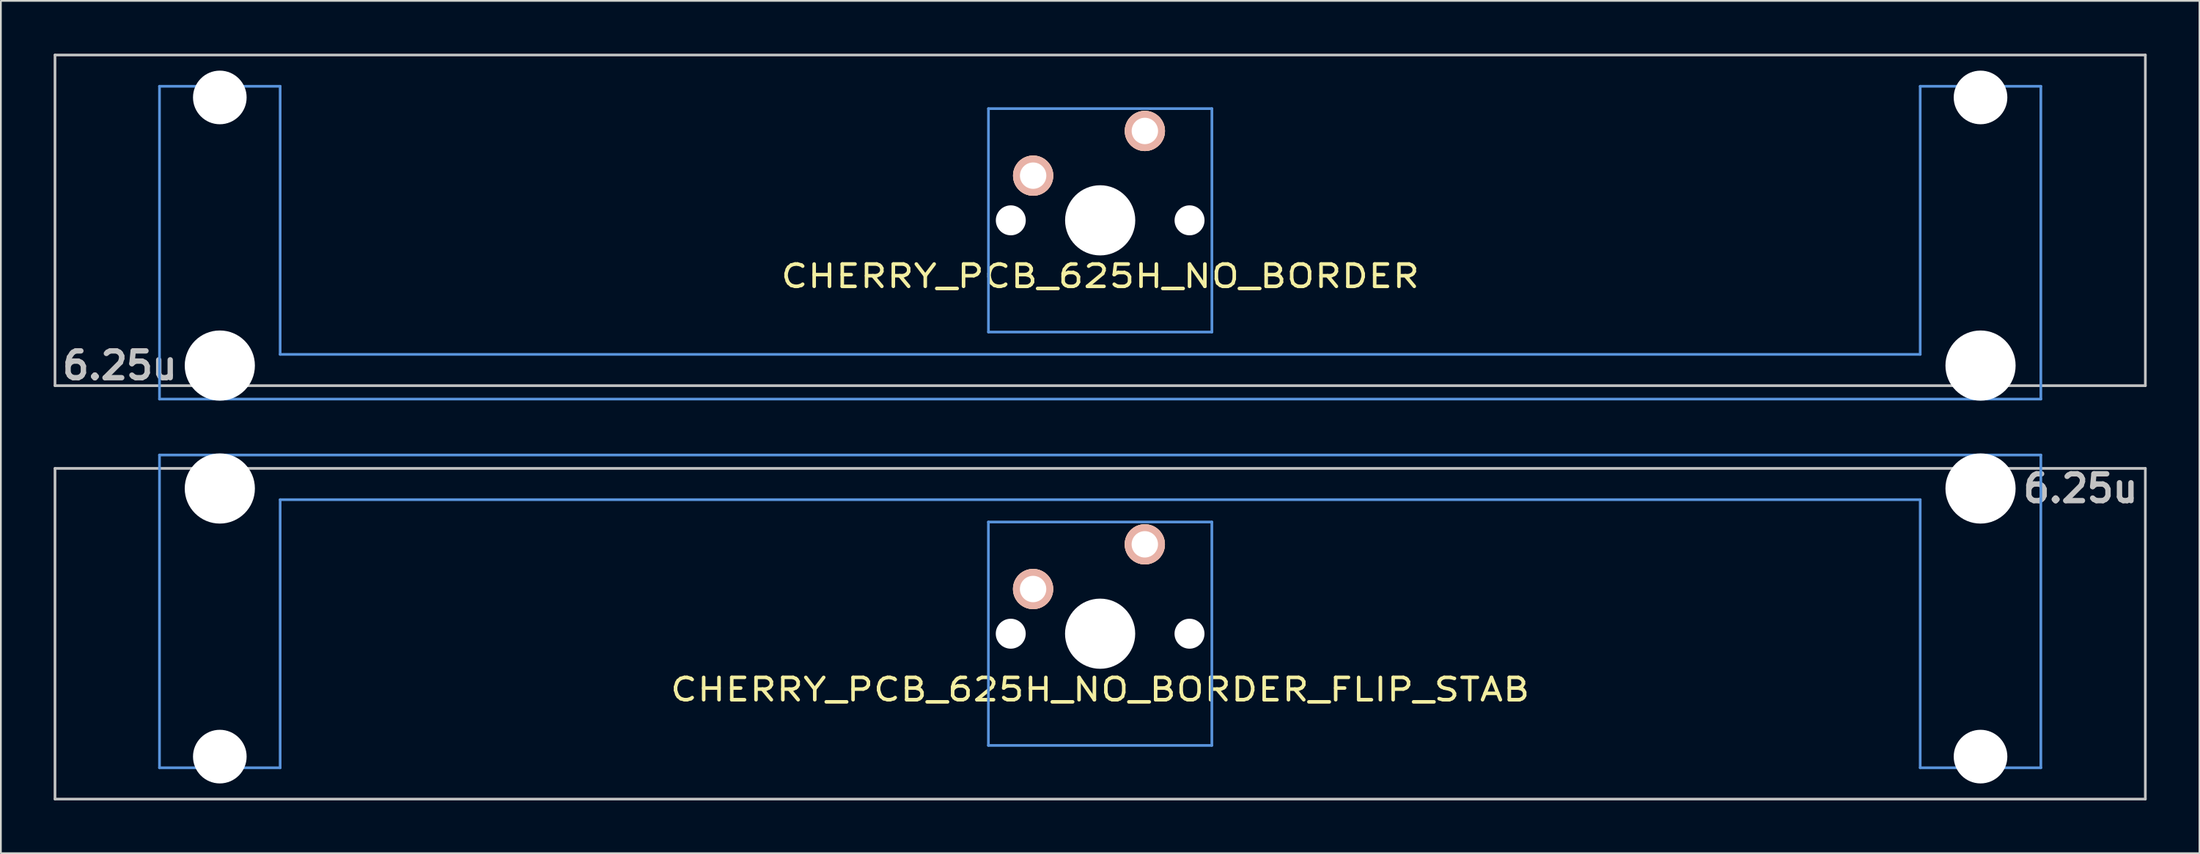
<source format=kicad_pcb>
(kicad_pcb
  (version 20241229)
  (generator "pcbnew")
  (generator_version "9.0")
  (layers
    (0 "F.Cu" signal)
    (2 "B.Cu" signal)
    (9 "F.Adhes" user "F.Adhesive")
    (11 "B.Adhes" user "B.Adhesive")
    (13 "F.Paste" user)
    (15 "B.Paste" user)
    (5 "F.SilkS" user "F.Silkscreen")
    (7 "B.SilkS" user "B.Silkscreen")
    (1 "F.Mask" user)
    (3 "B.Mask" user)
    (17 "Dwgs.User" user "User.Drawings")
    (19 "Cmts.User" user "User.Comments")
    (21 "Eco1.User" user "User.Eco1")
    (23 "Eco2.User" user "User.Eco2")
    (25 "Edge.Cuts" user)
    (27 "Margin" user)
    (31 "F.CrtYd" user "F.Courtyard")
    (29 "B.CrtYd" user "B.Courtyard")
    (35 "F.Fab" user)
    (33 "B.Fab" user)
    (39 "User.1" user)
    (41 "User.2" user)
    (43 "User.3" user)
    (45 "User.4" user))
  (footprint "CHERRY_PCB_625H_NO_BORDER"
    (layer "F.Cu")
    (at 59.482 9.474)
    (property "Reference" "CHERRY_PCB_625H_NO_BORDER" (at 0 3.175 0) (layer "F.SilkS") (effects (font (size 1.27 1.524) (thickness 0.203))))
    (attr through_hole)
    (fp_line (start -59.406 -9.398) (end 59.406 -9.398) (stroke (width 0.152) (type solid)) (layer "Dwgs.User"))
    (fp_line (start -59.406 9.398) (end -59.406 -9.398) (stroke (width 0.152) (type solid)) (layer "Dwgs.User"))
    (fp_line (start 59.406 -9.398) (end 59.406 9.398) (stroke (width 0.152) (type solid)) (layer "Dwgs.User"))
    (fp_line (start 59.406 9.398) (end -59.406 9.398) (stroke (width 0.152) (type solid)) (layer "Dwgs.User"))
    (fp_line (start -53.467 -7.62) (end -53.467 10.16) (stroke (width 0.152) (type solid)) (layer "Cmts.User"))
    (fp_line (start -53.467 10.16) (end 53.467 10.16) (stroke (width 0.152) (type solid)) (layer "Cmts.User"))
    (fp_line (start -46.609 -7.62) (end -53.467 -7.62) (stroke (width 0.152) (type solid)) (layer "Cmts.User"))
    (fp_line (start -46.609 7.62) (end -46.609 -7.62) (stroke (width 0.152) (type solid)) (layer "Cmts.User"))
    (fp_line (start -6.35 -6.35) (end 6.35 -6.35) (stroke (width 0.152) (type solid)) (layer "Cmts.User"))
    (fp_line (start -6.35 6.35) (end -6.35 -6.35) (stroke (width 0.152) (type solid)) (layer "Cmts.User"))
    (fp_line (start 6.35 -6.35) (end 6.35 6.35) (stroke (width 0.152) (type solid)) (layer "Cmts.User"))
    (fp_line (start 6.35 6.35) (end -6.35 6.35) (stroke (width 0.152) (type solid)) (layer "Cmts.User"))
    (fp_line (start 46.609 -7.62) (end 46.609 7.62) (stroke (width 0.152) (type solid)) (layer "Cmts.User"))
    (fp_line (start 46.609 7.62) (end -46.609 7.62) (stroke (width 0.152) (type solid)) (layer "Cmts.User"))
    (fp_line (start 53.467 -7.62) (end 46.609 -7.62) (stroke (width 0.152) (type solid)) (layer "Cmts.User"))
    (fp_line (start 53.467 10.16) (end 53.467 -7.62) (stroke (width 0.152) (type solid)) (layer "Cmts.User"))
    (fp_line (start -54.229 -2.286) (end -53.365 -2.286) (stroke (width 0.152) (type solid)) (layer "Eco2.User"))
    (fp_line (start -54.229 0.508) (end -54.229 -2.286) (stroke (width 0.152) (type solid)) (layer "Eco2.User"))
    (fp_line (start -53.365 -5.69) (end -46.711 -5.69) (stroke (width 0.152) (type solid)) (layer "Eco2.User"))
    (fp_line (start -53.365 -2.286) (end -53.365 -5.69) (stroke (width 0.152) (type solid)) (layer "Eco2.User"))
    (fp_line (start -53.365 0.508) (end -54.229 0.508) (stroke (width 0.152) (type solid)) (layer "Eco2.User"))
    (fp_line (start -53.365 6.604) (end -53.365 0.508) (stroke (width 0.152) (type solid)) (layer "Eco2.User"))
    (fp_line (start -52.324 6.604) (end -53.365 6.604) (stroke (width 0.152) (type solid)) (layer "Eco2.User"))
    (fp_line (start -52.324 7.772) (end -52.324 6.604) (stroke (width 0.152) (type solid)) (layer "Eco2.User"))
    (fp_line (start -47.752 6.604) (end -47.752 7.772) (stroke (width 0.152) (type solid)) (layer "Eco2.User"))
    (fp_line (start -47.752 7.772) (end -52.324 7.772) (stroke (width 0.152) (type solid)) (layer "Eco2.User"))
    (fp_line (start -46.711 -5.69) (end -46.711 -2.286) (stroke (width 0.152) (type solid)) (layer "Eco2.User"))
    (fp_line (start -46.711 -2.286) (end -6.985 -2.286) (stroke (width 0.152) (type solid)) (layer "Eco2.User"))
    (fp_line (start -46.711 2.286) (end -46.711 6.604) (stroke (width 0.152) (type solid)) (layer "Eco2.User"))
    (fp_line (start -46.711 6.604) (end -47.752 6.604) (stroke (width 0.152) (type solid)) (layer "Eco2.User"))
    (fp_line (start -6.985 -6.985) (end 6.985 -6.985) (stroke (width 0.152) (type solid)) (layer "Eco2.User"))
    (fp_line (start -6.985 -2.286) (end -6.985 -6.985) (stroke (width 0.152) (type solid)) (layer "Eco2.User"))
    (fp_line (start -6.985 2.286) (end -46.711 2.286) (stroke (width 0.152) (type solid)) (layer "Eco2.User"))
    (fp_line (start -6.985 6.985) (end -6.985 2.286) (stroke (width 0.152) (type solid)) (layer "Eco2.User"))
    (fp_line (start 6.985 -6.985) (end 6.985 -2.286) (stroke (width 0.152) (type solid)) (layer "Eco2.User"))
    (fp_line (start 6.985 -2.286) (end 46.711 -2.286) (stroke (width 0.152) (type solid)) (layer "Eco2.User"))
    (fp_line (start 6.985 2.286) (end 6.985 6.985) (stroke (width 0.152) (type solid)) (layer "Eco2.User"))
    (fp_line (start 6.985 6.985) (end -6.985 6.985) (stroke (width 0.152) (type solid)) (layer "Eco2.User"))
    (fp_line (start 46.711 -5.69) (end 53.365 -5.69) (stroke (width 0.152) (type solid)) (layer "Eco2.User"))
    (fp_line (start 46.711 -2.286) (end 46.711 -5.69) (stroke (width 0.152) (type solid)) (layer "Eco2.User"))
    (fp_line (start 46.711 2.286) (end 6.985 2.286) (stroke (width 0.152) (type solid)) (layer "Eco2.User"))
    (fp_line (start 46.711 6.604) (end 46.711 2.286) (stroke (width 0.152) (type solid)) (layer "Eco2.User"))
    (fp_line (start 47.752 6.604) (end 46.711 6.604) (stroke (width 0.152) (type solid)) (layer "Eco2.User"))
    (fp_line (start 47.752 7.772) (end 47.752 6.604) (stroke (width 0.152) (type solid)) (layer "Eco2.User"))
    (fp_line (start 52.324 6.604) (end 52.324 7.772) (stroke (width 0.152) (type solid)) (layer "Eco2.User"))
    (fp_line (start 52.324 7.772) (end 47.752 7.772) (stroke (width 0.152) (type solid)) (layer "Eco2.User"))
    (fp_line (start 53.365 -5.69) (end 53.365 -2.286) (stroke (width 0.152) (type solid)) (layer "Eco2.User"))
    (fp_line (start 53.365 -2.286) (end 54.229 -2.286) (stroke (width 0.152) (type solid)) (layer "Eco2.User"))
    (fp_line (start 53.365 0.508) (end 53.365 6.604) (stroke (width 0.152) (type solid)) (layer "Eco2.User"))
    (fp_line (start 53.365 6.604) (end 52.324 6.604) (stroke (width 0.152) (type solid)) (layer "Eco2.User"))
    (fp_line (start 54.229 -2.286) (end 54.229 0.508) (stroke (width 0.152) (type solid)) (layer "Eco2.User"))
    (fp_line (start 54.229 0.508) (end 53.365 0.508) (stroke (width 0.152) (type solid)) (layer "Eco2.User"))
    (fp_text user "6.25u" (at -55.723 8.255 0) (layer "Dwgs.User") (effects (font (size 1.524 1.524) (thickness 0.305))))
    (pad "" np_thru_hole circle (at -50.038 -6.985) (size 3.048 3.048) (drill 3.048) (layers "*.Cu"))
    (pad "" np_thru_hole circle (at -50.038 8.255) (size 3.988 3.988) (drill 3.988) (layers "*.Cu"))
    (pad "" np_thru_hole circle (at -5.08 0) (size 1.702 1.702) (drill 1.702) (layers "*.Cu"))
    (pad "" np_thru_hole circle (at 0 0) (size 3.988 3.988) (drill 3.988) (layers "*.Cu"))
    (pad "" np_thru_hole circle (at 5.08 0) (size 1.702 1.702) (drill 1.702) (layers "*.Cu"))
    (pad "" np_thru_hole circle (at 50.038 -6.985) (size 3.048 3.048) (drill 3.048) (layers "*.Cu"))
    (pad "" np_thru_hole circle (at 50.038 8.255) (size 3.988 3.988) (drill 3.988) (layers "*.Cu"))
    (pad "1" thru_hole circle (at 2.54 -5.08) (size 2.286 2.286) (drill 1.499) (layers "*.Cu" "*.SilkS" "*.Mask"))
    (pad "2" thru_hole circle (at -3.81 -2.54) (size 2.286 2.286) (drill 1.499) (layers "*.Cu" "*.SilkS" "*.Mask")))
  (footprint "CHERRY_PCB_625H_NO_BORDER_FLIP_STAB"
    (layer "F.Cu")
    (at 59.49 32.992)
    (property "Reference" "CHERRY_PCB_625H_NO_BORDER_FLIP_STAB" (at -0.011 3.154 0) (layer "F.SilkS") (effects (font (size 1.27 1.524) (thickness 0.203))))
    (attr through_hole)
    (fp_line (start -59.414 -9.418) (end 59.397 -9.418) (stroke (width 0.152) (type solid)) (layer "Dwgs.User"))
    (fp_line (start -59.414 9.378) (end -59.414 -9.418) (stroke (width 0.152) (type solid)) (layer "Dwgs.User"))
    (fp_line (start 59.397 -9.418) (end 59.397 9.378) (stroke (width 0.152) (type solid)) (layer "Dwgs.User"))
    (fp_line (start 59.397 9.378) (end -59.414 9.378) (stroke (width 0.152) (type solid)) (layer "Dwgs.User"))
    (fp_line (start -53.475 -10.18) (end -53.475 7.6) (stroke (width 0.152) (type solid)) (layer "Cmts.User"))
    (fp_line (start -53.475 7.6) (end -46.617 7.6) (stroke (width 0.152) (type solid)) (layer "Cmts.User"))
    (fp_line (start -46.617 -7.64) (end 46.601 -7.64) (stroke (width 0.152) (type solid)) (layer "Cmts.User"))
    (fp_line (start -46.617 7.6) (end -46.617 -7.64) (stroke (width 0.152) (type solid)) (layer "Cmts.User"))
    (fp_line (start -6.361 -6.371) (end 6.339 -6.371) (stroke (width 0.152) (type solid)) (layer "Cmts.User"))
    (fp_line (start -6.361 6.329) (end -6.361 -6.371) (stroke (width 0.152) (type solid)) (layer "Cmts.User"))
    (fp_line (start 6.339 -6.371) (end 6.339 6.329) (stroke (width 0.152) (type solid)) (layer "Cmts.User"))
    (fp_line (start 6.339 6.329) (end -6.361 6.329) (stroke (width 0.152) (type solid)) (layer "Cmts.User"))
    (fp_line (start 46.601 -7.64) (end 46.601 7.6) (stroke (width 0.152) (type solid)) (layer "Cmts.User"))
    (fp_line (start 46.601 7.6) (end 53.459 7.6) (stroke (width 0.152) (type solid)) (layer "Cmts.User"))
    (fp_line (start 53.459 -10.18) (end -53.475 -10.18) (stroke (width 0.152) (type solid)) (layer "Cmts.User"))
    (fp_line (start 53.459 7.6) (end 53.459 -10.18) (stroke (width 0.152) (type solid)) (layer "Cmts.User"))
    (fp_line (start -54.237 -0.528) (end -53.374 -0.528) (stroke (width 0.152) (type solid)) (layer "Eco2.User"))
    (fp_line (start -54.237 2.266) (end -54.237 -0.528) (stroke (width 0.152) (type solid)) (layer "Eco2.User"))
    (fp_line (start -53.374 -6.624) (end -52.332 -6.624) (stroke (width 0.152) (type solid)) (layer "Eco2.User"))
    (fp_line (start -53.374 -0.528) (end -53.374 -6.624) (stroke (width 0.152) (type solid)) (layer "Eco2.User"))
    (fp_line (start -53.374 2.266) (end -54.237 2.266) (stroke (width 0.152) (type solid)) (layer "Eco2.User"))
    (fp_line (start -53.374 5.67) (end -53.374 2.266) (stroke (width 0.152) (type solid)) (layer "Eco2.User"))
    (fp_line (start -52.332 -7.792) (end -47.76 -7.792) (stroke (width 0.152) (type solid)) (layer "Eco2.User"))
    (fp_line (start -52.332 -6.624) (end -52.332 -7.792) (stroke (width 0.152) (type solid)) (layer "Eco2.User"))
    (fp_line (start -47.76 -7.792) (end -47.76 -6.624) (stroke (width 0.152) (type solid)) (layer "Eco2.User"))
    (fp_line (start -47.76 -6.624) (end -46.719 -6.624) (stroke (width 0.152) (type solid)) (layer "Eco2.User"))
    (fp_line (start -46.719 -6.624) (end -46.719 -2.306) (stroke (width 0.152) (type solid)) (layer "Eco2.User"))
    (fp_line (start -46.719 -2.306) (end -6.993 -2.306) (stroke (width 0.152) (type solid)) (layer "Eco2.User"))
    (fp_line (start -46.719 2.266) (end -46.719 5.67) (stroke (width 0.152) (type solid)) (layer "Eco2.User"))
    (fp_line (start -46.719 5.67) (end -53.374 5.67) (stroke (width 0.152) (type solid)) (layer "Eco2.User"))
    (fp_line (start -6.993 -7.005) (end 6.977 -7.005) (stroke (width 0.152) (type solid)) (layer "Eco2.User"))
    (fp_line (start -6.993 -2.306) (end -6.993 -7.005) (stroke (width 0.152) (type solid)) (layer "Eco2.User"))
    (fp_line (start -6.993 2.266) (end -46.719 2.266) (stroke (width 0.152) (type solid)) (layer "Eco2.User"))
    (fp_line (start -6.993 6.965) (end -6.993 2.266) (stroke (width 0.152) (type solid)) (layer "Eco2.User"))
    (fp_line (start 6.977 -7.005) (end 6.977 -2.306) (stroke (width 0.152) (type solid)) (layer "Eco2.User"))
    (fp_line (start 6.977 -2.306) (end 46.702 -2.306) (stroke (width 0.152) (type solid)) (layer "Eco2.User"))
    (fp_line (start 6.977 2.266) (end 6.977 6.965) (stroke (width 0.152) (type solid)) (layer "Eco2.User"))
    (fp_line (start 6.977 6.965) (end -6.993 6.965) (stroke (width 0.152) (type solid)) (layer "Eco2.User"))
    (fp_line (start 46.702 -6.624) (end 47.744 -6.624) (stroke (width 0.152) (type solid)) (layer "Eco2.User"))
    (fp_line (start 46.702 -2.306) (end 46.702 -6.624) (stroke (width 0.152) (type solid)) (layer "Eco2.User"))
    (fp_line (start 46.702 2.266) (end 6.977 2.266) (stroke (width 0.152) (type solid)) (layer "Eco2.User"))
    (fp_line (start 46.702 5.67) (end 46.702 2.266) (stroke (width 0.152) (type solid)) (layer "Eco2.User"))
    (fp_line (start 47.744 -7.792) (end 52.316 -7.792) (stroke (width 0.152) (type solid)) (layer "Eco2.User"))
    (fp_line (start 47.744 -6.624) (end 47.744 -7.792) (stroke (width 0.152) (type solid)) (layer "Eco2.User"))
    (fp_line (start 52.316 -7.792) (end 52.316 -6.624) (stroke (width 0.152) (type solid)) (layer "Eco2.User"))
    (fp_line (start 52.316 -6.624) (end 53.357 -6.624) (stroke (width 0.152) (type solid)) (layer "Eco2.User"))
    (fp_line (start 53.357 -6.624) (end 53.357 -0.528) (stroke (width 0.152) (type solid)) (layer "Eco2.User"))
    (fp_line (start 53.357 -0.528) (end 54.221 -0.528) (stroke (width 0.152) (type solid)) (layer "Eco2.User"))
    (fp_line (start 53.357 2.266) (end 53.357 5.67) (stroke (width 0.152) (type solid)) (layer "Eco2.User"))
    (fp_line (start 53.357 5.67) (end 46.702 5.67) (stroke (width 0.152) (type solid)) (layer "Eco2.User"))
    (fp_line (start 54.221 -0.528) (end 54.221 2.266) (stroke (width 0.152) (type solid)) (layer "Eco2.User"))
    (fp_line (start 54.221 2.266) (end 53.357 2.266) (stroke (width 0.152) (type solid)) (layer "Eco2.User"))
    (fp_text user "6.25u" (at 55.714 -8.275 180) (layer "Dwgs.User") (effects (font (size 1.524 1.524) (thickness 0.305))))
    (pad "" np_thru_hole circle (at -50.046 -8.275 180) (size 3.988 3.988) (drill 3.988) (layers "*.Cu"))
    (pad "" np_thru_hole circle (at -50.046 6.965 180) (size 3.048 3.048) (drill 3.048) (layers "*.Cu"))
    (pad "" np_thru_hole circle (at -5.091 -0.021) (size 1.702 1.702) (drill 1.702) (layers "*.Cu"))
    (pad "" np_thru_hole circle (at -0.011 -0.021) (size 3.988 3.988) (drill 3.988) (layers "*.Cu"))
    (pad "" np_thru_hole circle (at 5.069 -0.021) (size 1.702 1.702) (drill 1.702) (layers "*.Cu"))
    (pad "" np_thru_hole circle (at 50.03 -8.275 180) (size 3.988 3.988) (drill 3.988) (layers "*.Cu"))
    (pad "" np_thru_hole circle (at 50.03 6.965 180) (size 3.048 3.048) (drill 3.048) (layers "*.Cu"))
    (pad "1" thru_hole circle (at 2.529 -5.101) (size 2.286 2.286) (drill 1.499) (layers "*.Cu" "*.SilkS" "*.Mask"))
    (pad "2" thru_hole circle (at -3.821 -2.561) (size 2.286 2.286) (drill 1.499) (layers "*.Cu" "*.SilkS" "*.Mask")))
  (gr_rect
    (start -3 -3)
    (end 121.963 45.446)
    (stroke (width 0.1) (type default))
    (fill no)
    (layer "Edge.Cuts")))
</source>
